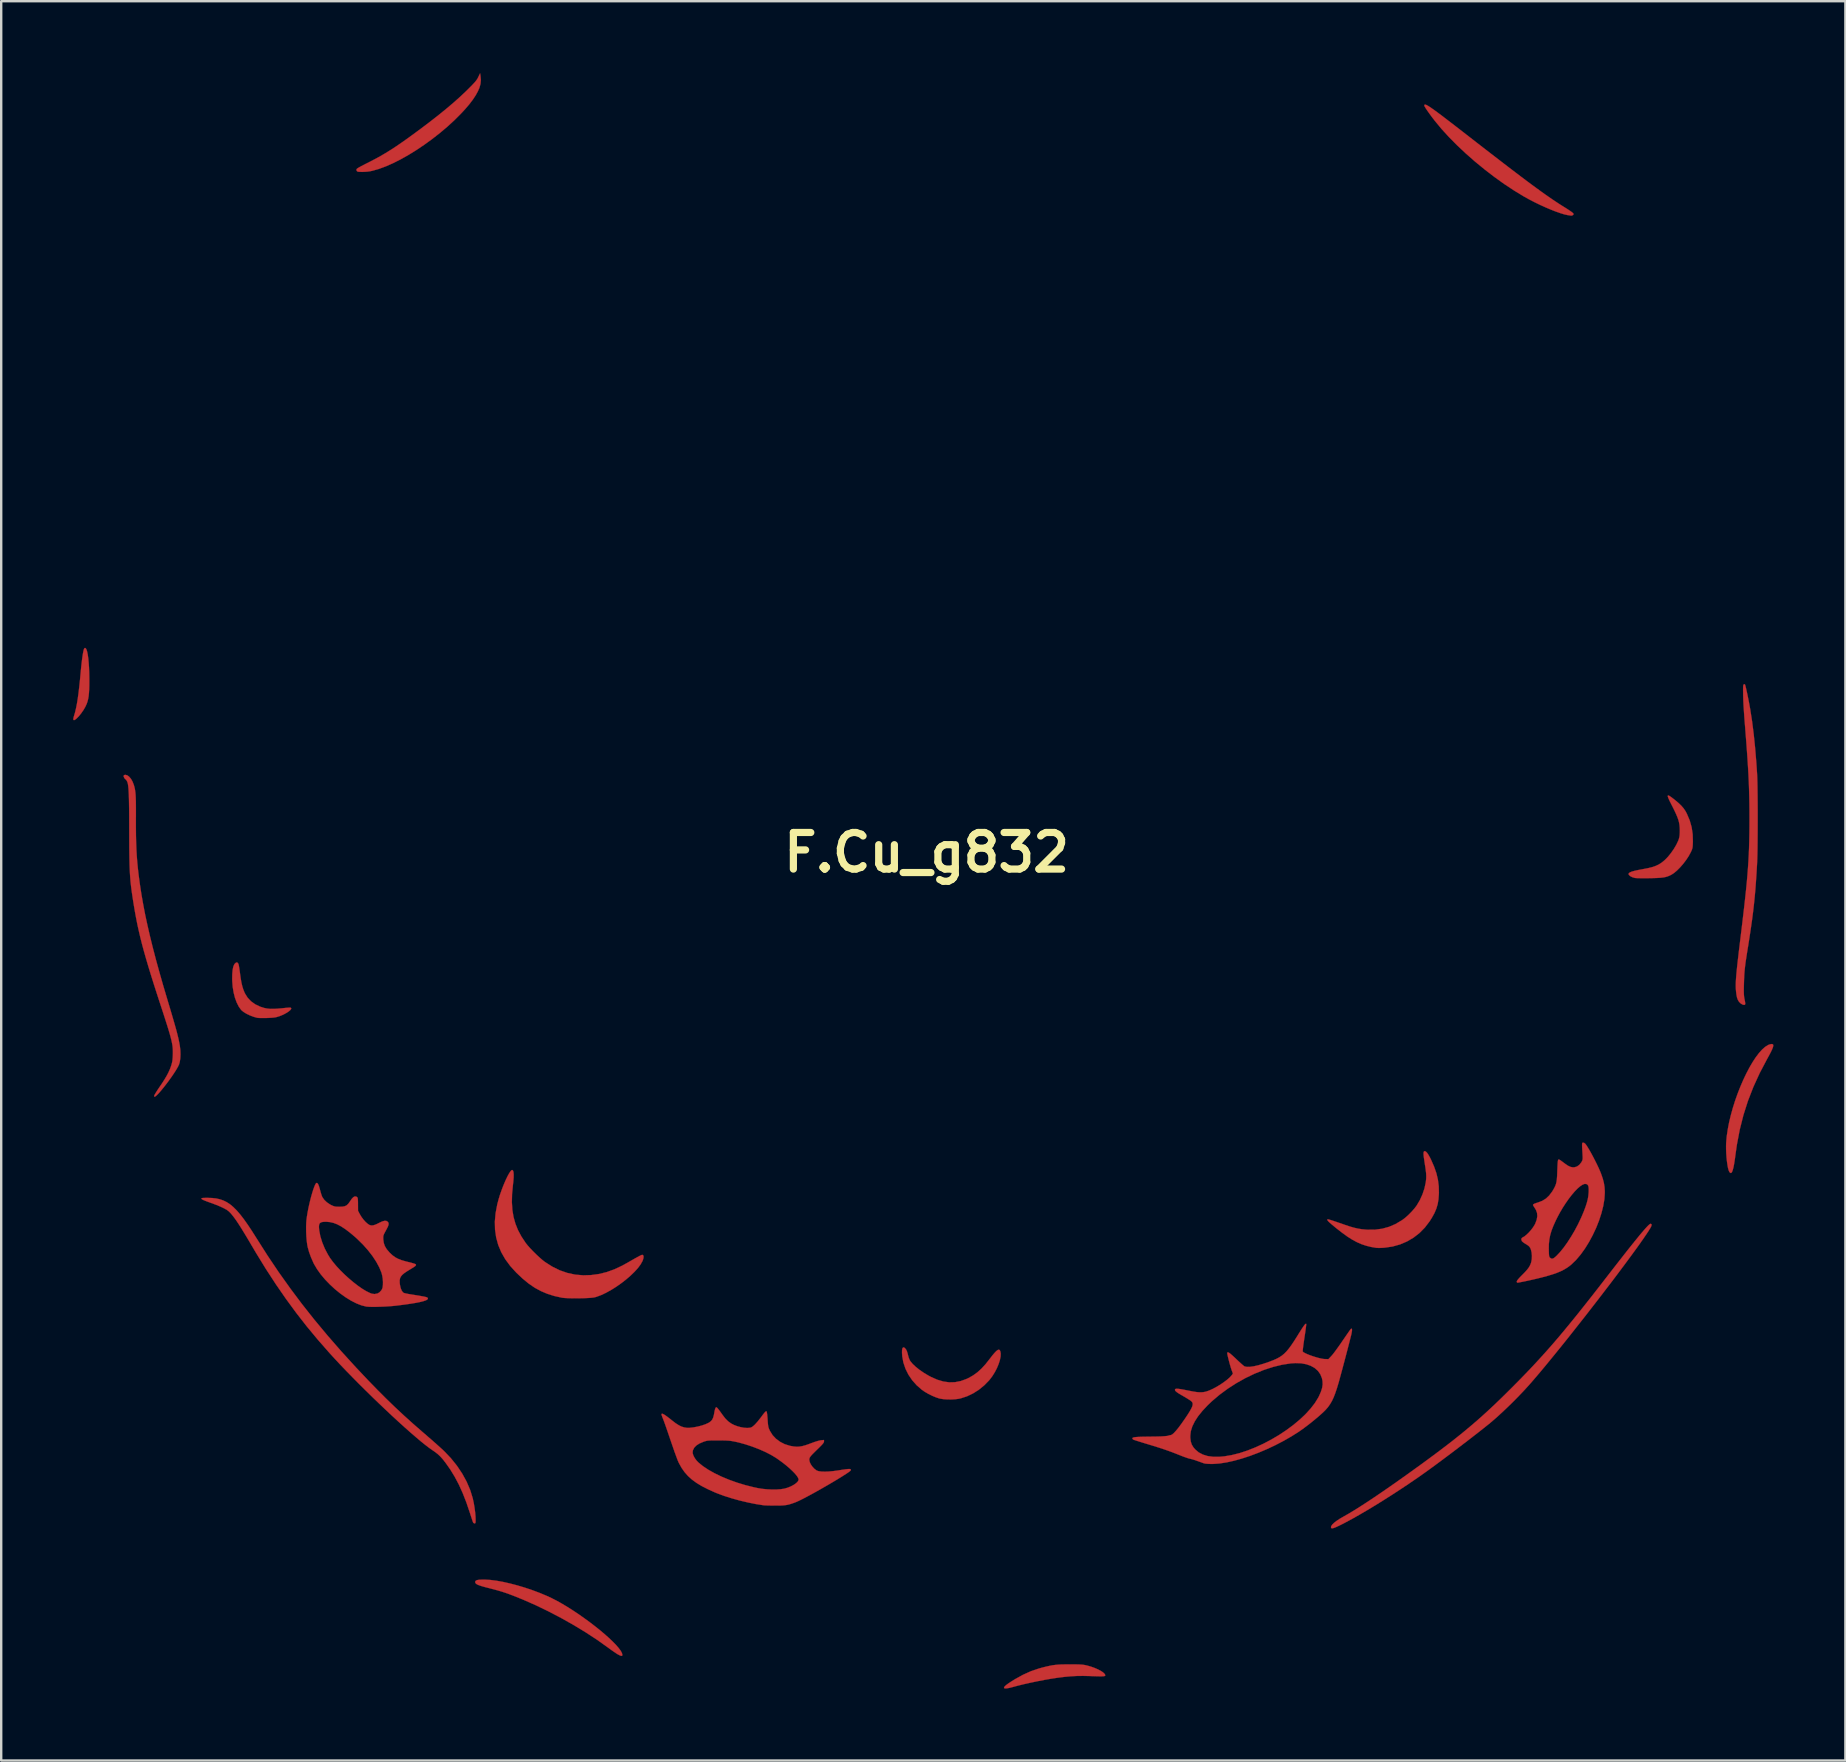
<source format=kicad_pcb>
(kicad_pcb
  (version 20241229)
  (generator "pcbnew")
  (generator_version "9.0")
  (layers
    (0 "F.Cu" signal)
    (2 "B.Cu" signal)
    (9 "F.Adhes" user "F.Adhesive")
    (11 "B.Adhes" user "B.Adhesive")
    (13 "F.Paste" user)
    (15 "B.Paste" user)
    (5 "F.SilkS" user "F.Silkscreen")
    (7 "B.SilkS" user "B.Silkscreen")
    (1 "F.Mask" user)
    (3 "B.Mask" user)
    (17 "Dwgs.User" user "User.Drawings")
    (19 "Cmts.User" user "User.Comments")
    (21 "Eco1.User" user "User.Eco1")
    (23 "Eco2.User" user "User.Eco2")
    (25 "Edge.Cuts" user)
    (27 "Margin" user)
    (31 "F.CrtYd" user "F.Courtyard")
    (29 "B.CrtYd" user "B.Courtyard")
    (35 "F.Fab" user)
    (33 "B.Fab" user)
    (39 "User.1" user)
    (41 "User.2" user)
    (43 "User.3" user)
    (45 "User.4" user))
  (footprint "F.Cu_g832"
    (layer "F.Cu")
    (at 35.568 32.481)
    (property "Reference" "F.Cu_g832" (at 0 0 0) (layer "F.SilkS") (effects (font (size 1.524 1.524) (thickness 0.3))))
    (attr through_hole)
    (fp_poly (pts (xy -35.05 -8.516) (xy -35.041 -8.507) (xy -35.012 -8.456) (xy -34.985 -8.367) (xy -34.96 -8.243) (xy -34.939 -8.089) (xy -34.922 -7.909) (xy -34.908 -7.706) (xy -34.9 -7.484) (xy -34.896 -7.248) (xy -34.896 -7.197) (xy -34.897 -6.979) (xy -34.902 -6.797) (xy -34.911 -6.645) (xy -34.924 -6.517) (xy -34.943 -6.406) (xy -34.967 -6.307) (xy -34.998 -6.213) (xy -35 -6.207) (xy -35.059 -6.077) (xy -35.138 -5.94) (xy -35.231 -5.806) (xy -35.329 -5.684) (xy -35.425 -5.586) (xy -35.477 -5.545) (xy -35.521 -5.519) (xy -35.548 -5.522) (xy -35.556 -5.53) (xy -35.563 -5.562) (xy -35.553 -5.624) (xy -35.527 -5.715) (xy -35.486 -5.855) (xy -35.449 -6.014) (xy -35.413 -6.195) (xy -35.379 -6.402) (xy -35.347 -6.638) (xy -35.315 -6.906) (xy -35.283 -7.21) (xy -35.253 -7.535) (xy -35.232 -7.748) (xy -35.211 -7.942) (xy -35.189 -8.114) (xy -35.167 -8.26) (xy -35.146 -8.376) (xy -35.126 -8.458) (xy -35.109 -8.503) (xy -35.105 -8.507) (xy -35.076 -8.528) (xy -35.05 -8.516)) (stroke (width 0.01) (type solid)) (fill yes) (layer "F.Cu"))
    (fp_poly (pts (xy 35.254 7.985) (xy 35.281 8.006) (xy 35.288 8.05) (xy 35.273 8.118) (xy 35.236 8.212) (xy 35.176 8.336) (xy 35.093 8.492) (xy 35.031 8.604) (xy 34.724 9.187) (xy 34.458 9.768) (xy 34.231 10.354) (xy 34.042 10.948) (xy 33.889 11.555) (xy 33.771 12.178) (xy 33.718 12.549) (xy 33.687 12.779) (xy 33.658 12.968) (xy 33.629 13.118) (xy 33.6 13.23) (xy 33.571 13.307) (xy 33.541 13.349) (xy 33.51 13.358) (xy 33.477 13.336) (xy 33.454 13.306) (xy 33.427 13.244) (xy 33.401 13.147) (xy 33.378 13.022) (xy 33.357 12.875) (xy 33.34 12.715) (xy 33.328 12.547) (xy 33.321 12.38) (xy 33.32 12.22) (xy 33.324 12.097) (xy 33.348 11.825) (xy 33.39 11.541) (xy 33.446 11.248) (xy 33.518 10.948) (xy 33.601 10.647) (xy 33.696 10.346) (xy 33.801 10.049) (xy 33.915 9.76) (xy 34.035 9.481) (xy 34.161 9.216) (xy 34.29 8.968) (xy 34.423 8.741) (xy 34.556 8.537) (xy 34.69 8.36) (xy 34.821 8.213) (xy 34.949 8.1) (xy 35.073 8.023) (xy 35.137 7.998) (xy 35.205 7.983) (xy 35.254 7.985)) (stroke (width 0.01) (type solid)) (fill yes) (layer "F.Cu"))
    (fp_poly (pts (xy 6.137 33.837) (xy 6.27 33.838) (xy 6.374 33.841) (xy 6.458 33.846) (xy 6.528 33.853) (xy 6.592 33.863) (xy 6.657 33.877) (xy 6.683 33.883) (xy 6.841 33.927) (xy 6.994 33.981) (xy 7.134 34.041) (xy 7.255 34.104) (xy 7.351 34.166) (xy 7.415 34.226) (xy 7.43 34.248) (xy 7.443 34.275) (xy 7.447 34.296) (xy 7.439 34.312) (xy 7.413 34.324) (xy 7.368 34.331) (xy 7.298 34.334) (xy 7.2 34.334) (xy 7.069 34.331) (xy 6.902 34.326) (xy 6.795 34.322) (xy 6.519 34.316) (xy 6.262 34.319) (xy 6.009 34.333) (xy 5.744 34.357) (xy 5.454 34.394) (xy 5.437 34.396) (xy 5.185 34.435) (xy 4.908 34.483) (xy 4.619 34.539) (xy 4.328 34.6) (xy 4.047 34.663) (xy 3.788 34.727) (xy 3.611 34.775) (xy 3.461 34.814) (xy 3.347 34.835) (xy 3.271 34.839) (xy 3.232 34.825) (xy 3.23 34.823) (xy 3.229 34.793) (xy 3.258 34.751) (xy 3.317 34.697) (xy 3.41 34.629) (xy 3.538 34.545) (xy 3.691 34.45) (xy 4.02 34.269) (xy 4.346 34.122) (xy 4.681 34.008) (xy 4.844 33.963) (xy 5.003 33.924) (xy 5.139 33.894) (xy 5.263 33.871) (xy 5.384 33.856) (xy 5.511 33.845) (xy 5.654 33.839) (xy 5.823 33.837) (xy 5.969 33.836) (xy 6.137 33.837)) (stroke (width 0.01) (type solid)) (fill yes) (layer "F.Cu"))
    (fp_poly (pts (xy -18.592 -32.372) (xy -18.577 -32.198) (xy -18.592 -32.033) (xy -18.639 -31.866) (xy -18.703 -31.722) (xy -18.797 -31.552) (xy -18.913 -31.377) (xy -19.053 -31.193) (xy -19.221 -30.995) (xy -19.411 -30.79) (xy -19.686 -30.515) (xy -19.98 -30.246) (xy -20.289 -29.985) (xy -20.609 -29.735) (xy -20.936 -29.498) (xy -21.266 -29.276) (xy -21.595 -29.073) (xy -21.92 -28.89) (xy -22.237 -28.73) (xy -22.541 -28.596) (xy -22.829 -28.49) (xy -23.097 -28.414) (xy -23.191 -28.394) (xy -23.285 -28.38) (xy -23.393 -28.371) (xy -23.505 -28.366) (xy -23.606 -28.367) (xy -23.684 -28.373) (xy -23.71 -28.378) (xy -23.75 -28.407) (xy -23.763 -28.455) (xy -23.758 -28.475) (xy -23.749 -28.49) (xy -23.729 -28.508) (xy -23.694 -28.531) (xy -23.641 -28.563) (xy -23.565 -28.604) (xy -23.463 -28.657) (xy -23.331 -28.725) (xy -23.177 -28.803) (xy -22.966 -28.913) (xy -22.757 -29.028) (xy -22.546 -29.152) (xy -22.328 -29.287) (xy -22.1 -29.436) (xy -21.857 -29.603) (xy -21.594 -29.789) (xy -21.306 -29.999) (xy -21.071 -30.173) (xy -20.683 -30.467) (xy -20.329 -30.744) (xy -20.007 -31.006) (xy -19.713 -31.255) (xy -19.444 -31.495) (xy -19.199 -31.726) (xy -19.101 -31.823) (xy -18.986 -31.938) (xy -18.898 -32.03) (xy -18.83 -32.103) (xy -18.78 -32.164) (xy -18.741 -32.218) (xy -18.709 -32.271) (xy -18.685 -32.319) (xy -18.609 -32.476) (xy -18.592 -32.372)) (stroke (width 0.01) (type solid)) (fill yes) (layer "F.Cu"))
    (fp_poly (pts (xy -18.404 30.304) (xy -18.182 30.317) (xy -17.929 30.349) (xy -17.652 30.399) (xy -17.357 30.466) (xy -17.051 30.546) (xy -16.741 30.639) (xy -16.431 30.743) (xy -16.13 30.856) (xy -15.842 30.976) (xy -15.632 31.073) (xy -15.417 31.183) (xy -15.194 31.308) (xy -14.964 31.446) (xy -14.731 31.594) (xy -14.497 31.75) (xy -14.266 31.913) (xy -14.039 32.079) (xy -13.821 32.246) (xy -13.613 32.412) (xy -13.419 32.576) (xy -13.241 32.734) (xy -13.083 32.884) (xy -12.946 33.024) (xy -12.835 33.152) (xy -12.751 33.265) (xy -12.698 33.362) (xy -12.679 33.439) (xy -12.679 33.442) (xy -12.689 33.476) (xy -12.722 33.483) (xy -12.78 33.464) (xy -12.867 33.419) (xy -12.886 33.408) (xy -12.95 33.367) (xy -13.038 33.307) (xy -13.141 33.235) (xy -13.246 33.159) (xy -13.287 33.129) (xy -13.729 32.814) (xy -14.204 32.503) (xy -14.707 32.198) (xy -15.227 31.905) (xy -15.758 31.627) (xy -16.292 31.369) (xy -16.821 31.136) (xy -17.195 30.985) (xy -17.389 30.911) (xy -17.562 30.85) (xy -17.728 30.796) (xy -17.9 30.746) (xy -18.091 30.695) (xy -18.235 30.658) (xy -18.411 30.613) (xy -18.55 30.573) (xy -18.654 30.538) (xy -18.729 30.506) (xy -18.778 30.474) (xy -18.805 30.441) (xy -18.813 30.414) (xy -18.808 30.373) (xy -18.781 30.343) (xy -18.727 30.322) (xy -18.642 30.309) (xy -18.522 30.304) (xy -18.404 30.304)) (stroke (width 0.01) (type solid)) (fill yes) (layer "F.Cu"))
    (fp_poly (pts (xy -28.693 4.621) (xy -28.679 4.651) (xy -28.668 4.692) (xy -28.654 4.766) (xy -28.639 4.865) (xy -28.623 4.978) (xy -28.615 5.038) (xy -28.586 5.246) (xy -28.556 5.42) (xy -28.522 5.567) (xy -28.482 5.696) (xy -28.435 5.815) (xy -28.406 5.877) (xy -28.297 6.051) (xy -28.154 6.202) (xy -27.98 6.327) (xy -27.777 6.424) (xy -27.606 6.478) (xy -27.495 6.501) (xy -27.375 6.514) (xy -27.239 6.517) (xy -27.079 6.51) (xy -26.887 6.494) (xy -26.827 6.487) (xy -26.718 6.476) (xy -26.624 6.468) (xy -26.552 6.464) (xy -26.512 6.464) (xy -26.507 6.465) (xy -26.48 6.49) (xy -26.488 6.527) (xy -26.525 6.572) (xy -26.587 6.624) (xy -26.668 6.678) (xy -26.764 6.731) (xy -26.869 6.781) (xy -26.979 6.824) (xy -27.089 6.857) (xy -27.143 6.869) (xy -27.221 6.88) (xy -27.325 6.888) (xy -27.446 6.894) (xy -27.572 6.898) (xy -27.693 6.898) (xy -27.799 6.896) (xy -27.879 6.891) (xy -27.908 6.886) (xy -28.056 6.844) (xy -28.205 6.787) (xy -28.344 6.72) (xy -28.464 6.647) (xy -28.554 6.574) (xy -28.568 6.559) (xy -28.666 6.424) (xy -28.752 6.254) (xy -28.825 6.055) (xy -28.881 5.835) (xy -28.92 5.598) (xy -28.939 5.352) (xy -28.941 5.26) (xy -28.937 5.056) (xy -28.922 4.89) (xy -28.896 4.762) (xy -28.858 4.669) (xy -28.829 4.629) (xy -28.776 4.585) (xy -28.73 4.582) (xy -28.693 4.621)) (stroke (width 0.01) (type solid)) (fill yes) (layer "F.Cu"))
    (fp_poly (pts (xy -0.94 20.628) (xy -0.907 20.651) (xy -0.859 20.706) (xy -0.821 20.781) (xy -0.789 20.883) (xy -0.772 20.956) (xy -0.74 21.068) (xy -0.697 21.166) (xy -0.679 21.196) (xy -0.584 21.311) (xy -0.455 21.433) (xy -0.299 21.558) (xy -0.12 21.681) (xy 0.073 21.797) (xy 0.182 21.855) (xy 0.443 21.971) (xy 0.696 22.046) (xy 0.941 22.081) (xy 1.183 22.075) (xy 1.422 22.028) (xy 1.662 21.941) (xy 1.746 21.902) (xy 1.936 21.794) (xy 2.114 21.666) (xy 2.284 21.513) (xy 2.454 21.328) (xy 2.624 21.113) (xy 2.736 20.967) (xy 2.829 20.857) (xy 2.904 20.779) (xy 2.963 20.734) (xy 3.009 20.719) (xy 3.044 20.734) (xy 3.069 20.776) (xy 3.07 20.776) (xy 3.09 20.88) (xy 3.084 21.009) (xy 3.054 21.157) (xy 3.002 21.319) (xy 2.932 21.487) (xy 2.844 21.656) (xy 2.743 21.819) (xy 2.628 21.971) (xy 2.602 22.003) (xy 2.4 22.209) (xy 2.176 22.391) (xy 1.936 22.543) (xy 1.685 22.663) (xy 1.432 22.746) (xy 1.338 22.767) (xy 1.193 22.786) (xy 1.029 22.795) (xy 0.859 22.793) (xy 0.697 22.782) (xy 0.56 22.76) (xy 0.529 22.753) (xy 0.393 22.708) (xy 0.239 22.644) (xy 0.081 22.566) (xy -0.067 22.481) (xy -0.191 22.397) (xy -0.192 22.396) (xy -0.41 22.207) (xy -0.6 21.993) (xy -0.758 21.76) (xy -0.881 21.512) (xy -0.968 21.254) (xy -1.015 20.996) (xy -1.025 20.849) (xy -1.023 20.738) (xy -1.007 20.663) (xy -0.979 20.626) (xy -0.94 20.628)) (stroke (width 0.01) (type solid)) (fill yes) (layer "F.Cu"))
    (fp_poly (pts (xy 20.803 -31.167) (xy 20.843 -31.15) (xy 20.898 -31.12) (xy 20.969 -31.075) (xy 21.057 -31.015) (xy 21.165 -30.939) (xy 21.294 -30.844) (xy 21.446 -30.731) (xy 21.623 -30.596) (xy 21.826 -30.44) (xy 22.058 -30.262) (xy 22.32 -30.059) (xy 22.51 -29.911) (xy 22.921 -29.592) (xy 23.299 -29.299) (xy 23.649 -29.029) (xy 23.971 -28.781) (xy 24.267 -28.554) (xy 24.539 -28.347) (xy 24.789 -28.157) (xy 25.018 -27.985) (xy 25.229 -27.828) (xy 25.424 -27.685) (xy 25.604 -27.554) (xy 25.771 -27.435) (xy 25.927 -27.326) (xy 26.073 -27.225) (xy 26.213 -27.132) (xy 26.346 -27.044) (xy 26.476 -26.961) (xy 26.554 -26.913) (xy 26.697 -26.823) (xy 26.806 -26.751) (xy 26.885 -26.695) (xy 26.936 -26.654) (xy 26.961 -26.624) (xy 26.966 -26.61) (xy 26.948 -26.575) (xy 26.906 -26.551) (xy 26.872 -26.545) (xy 26.827 -26.55) (xy 26.759 -26.56) (xy 26.714 -26.567) (xy 26.578 -26.597) (xy 26.412 -26.648) (xy 26.221 -26.715) (xy 26.012 -26.797) (xy 25.791 -26.891) (xy 25.563 -26.995) (xy 25.335 -27.106) (xy 25.112 -27.221) (xy 24.901 -27.338) (xy 24.491 -27.587) (xy 24.076 -27.861) (xy 23.663 -28.157) (xy 23.255 -28.471) (xy 22.856 -28.798) (xy 22.473 -29.135) (xy 22.109 -29.477) (xy 21.769 -29.821) (xy 21.458 -30.162) (xy 21.181 -30.497) (xy 21.064 -30.649) (xy 20.96 -30.791) (xy 20.874 -30.912) (xy 20.808 -31.01) (xy 20.764 -31.082) (xy 20.744 -31.124) (xy 20.743 -31.13) (xy 20.746 -31.153) (xy 20.756 -31.167) (xy 20.774 -31.172) (xy 20.803 -31.167)) (stroke (width 0.01) (type solid)) (fill yes) (layer "F.Cu"))
    (fp_poly (pts (xy 30.964 -2.357) (xy 31.04 -2.305) (xy 31.145 -2.225) (xy 31.192 -2.187) (xy 31.342 -2.061) (xy 31.461 -1.946) (xy 31.555 -1.835) (xy 31.632 -1.72) (xy 31.682 -1.626) (xy 31.803 -1.343) (xy 31.884 -1.061) (xy 31.928 -0.77) (xy 31.937 -0.463) (xy 31.937 -0.454) (xy 31.933 -0.341) (xy 31.928 -0.258) (xy 31.92 -0.195) (xy 31.905 -0.141) (xy 31.882 -0.083) (xy 31.849 -0.012) (xy 31.843 0.001) (xy 31.757 0.157) (xy 31.651 0.317) (xy 31.53 0.475) (xy 31.402 0.622) (xy 31.272 0.752) (xy 31.146 0.857) (xy 31.039 0.926) (xy 30.961 0.964) (xy 30.885 0.995) (xy 30.805 1.019) (xy 30.714 1.037) (xy 30.607 1.05) (xy 30.476 1.059) (xy 30.316 1.065) (xy 30.12 1.069) (xy 29.971 1.071) (xy 29.83 1.071) (xy 29.706 1.069) (xy 29.605 1.066) (xy 29.535 1.062) (xy 29.51 1.058) (xy 29.411 1.028) (xy 29.327 0.984) (xy 29.271 0.933) (xy 29.265 0.925) (xy 29.256 0.889) (xy 29.274 0.855) (xy 29.323 0.823) (xy 29.404 0.791) (xy 29.521 0.759) (xy 29.675 0.726) (xy 29.868 0.69) (xy 29.869 0.69) (xy 30.075 0.65) (xy 30.247 0.607) (xy 30.392 0.556) (xy 30.519 0.496) (xy 30.634 0.422) (xy 30.745 0.332) (xy 30.775 0.305) (xy 30.903 0.173) (xy 31.028 0.017) (xy 31.145 -0.151) (xy 31.245 -0.321) (xy 31.322 -0.482) (xy 31.347 -0.547) (xy 31.37 -0.629) (xy 31.384 -0.715) (xy 31.391 -0.82) (xy 31.392 -0.91) (xy 31.389 -1.029) (xy 31.38 -1.139) (xy 31.362 -1.245) (xy 31.334 -1.354) (xy 31.292 -1.472) (xy 31.236 -1.606) (xy 31.163 -1.762) (xy 31.071 -1.946) (xy 31.041 -2.004) (xy 30.969 -2.147) (xy 30.92 -2.255) (xy 30.893 -2.329) (xy 30.891 -2.37) (xy 30.915 -2.379) (xy 30.964 -2.357)) (stroke (width 0.01) (type solid)) (fill yes) (layer "F.Cu"))
    (fp_poly (pts (xy 20.808 12.464) (xy 20.861 12.517) (xy 20.922 12.608) (xy 20.993 12.738) (xy 21.031 12.816) (xy 21.156 13.102) (xy 21.249 13.373) (xy 21.311 13.636) (xy 21.345 13.901) (xy 21.352 14.176) (xy 21.35 14.235) (xy 21.334 14.454) (xy 21.301 14.652) (xy 21.246 14.839) (xy 21.168 15.024) (xy 21.061 15.218) (xy 20.964 15.372) (xy 20.767 15.63) (xy 20.543 15.857) (xy 20.295 16.05) (xy 20.024 16.209) (xy 19.733 16.333) (xy 19.423 16.42) (xy 19.099 16.468) (xy 18.997 16.475) (xy 18.903 16.479) (xy 18.819 16.479) (xy 18.757 16.477) (xy 18.743 16.476) (xy 18.527 16.439) (xy 18.324 16.389) (xy 18.129 16.324) (xy 17.937 16.24) (xy 17.742 16.135) (xy 17.539 16.007) (xy 17.323 15.851) (xy 17.087 15.667) (xy 16.999 15.595) (xy 16.885 15.5) (xy 16.802 15.428) (xy 16.746 15.374) (xy 16.713 15.336) (xy 16.701 15.31) (xy 16.705 15.292) (xy 16.707 15.29) (xy 16.718 15.286) (xy 16.742 15.289) (xy 16.783 15.299) (xy 16.843 15.317) (xy 16.928 15.344) (xy 17.04 15.382) (xy 17.184 15.431) (xy 17.363 15.493) (xy 17.42 15.513) (xy 17.629 15.583) (xy 17.811 15.636) (xy 17.978 15.674) (xy 18.14 15.7) (xy 18.308 15.716) (xy 18.385 15.72) (xy 18.697 15.717) (xy 18.991 15.678) (xy 19.272 15.6) (xy 19.544 15.483) (xy 19.811 15.325) (xy 19.845 15.301) (xy 19.964 15.209) (xy 20.093 15.092) (xy 20.221 14.962) (xy 20.336 14.83) (xy 20.423 14.715) (xy 20.556 14.491) (xy 20.667 14.246) (xy 20.751 13.993) (xy 20.805 13.743) (xy 20.821 13.6) (xy 20.824 13.523) (xy 20.823 13.445) (xy 20.818 13.359) (xy 20.806 13.256) (xy 20.788 13.126) (xy 20.765 12.98) (xy 20.74 12.814) (xy 20.722 12.685) (xy 20.713 12.589) (xy 20.712 12.521) (xy 20.719 12.478) (xy 20.735 12.454) (xy 20.758 12.446) (xy 20.763 12.446) (xy 20.808 12.464)) (stroke (width 0.01) (type solid)) (fill yes) (layer "F.Cu"))
    (fp_poly (pts (xy -17.241 13.249) (xy -17.219 13.31) (xy -17.209 13.41) (xy -17.211 13.551) (xy -17.226 13.73) (xy -17.24 13.854) (xy -17.276 14.226) (xy -17.284 14.569) (xy -17.265 14.887) (xy -17.216 15.185) (xy -17.137 15.468) (xy -17.028 15.74) (xy -16.886 16.005) (xy -16.711 16.269) (xy -16.705 16.277) (xy -16.625 16.377) (xy -16.521 16.494) (xy -16.399 16.621) (xy -16.269 16.75) (xy -16.139 16.871) (xy -16.018 16.977) (xy -15.913 17.059) (xy -15.904 17.066) (xy -15.599 17.26) (xy -15.289 17.412) (xy -14.972 17.522) (xy -14.647 17.592) (xy -14.312 17.621) (xy -13.985 17.611) (xy -13.655 17.566) (xy -13.33 17.486) (xy -13.007 17.369) (xy -12.68 17.215) (xy -12.531 17.132) (xy -12.356 17.033) (xy -12.215 16.952) (xy -12.103 16.889) (xy -12.016 16.842) (xy -11.952 16.808) (xy -11.905 16.785) (xy -11.873 16.772) (xy -11.852 16.767) (xy -11.839 16.768) (xy -11.806 16.793) (xy -11.795 16.848) (xy -11.806 16.926) (xy -11.838 17.021) (xy -11.841 17.026) (xy -11.919 17.166) (xy -12.031 17.317) (xy -12.173 17.474) (xy -12.34 17.635) (xy -12.525 17.795) (xy -12.725 17.95) (xy -12.934 18.097) (xy -13.147 18.231) (xy -13.359 18.348) (xy -13.565 18.445) (xy -13.759 18.517) (xy -13.813 18.533) (xy -13.884 18.547) (xy -13.989 18.558) (xy -14.122 18.567) (xy -14.274 18.573) (xy -14.437 18.577) (xy -14.605 18.579) (xy -14.768 18.578) (xy -14.921 18.574) (xy -15.054 18.568) (xy -15.16 18.559) (xy -15.208 18.551) (xy -15.519 18.482) (xy -15.806 18.392) (xy -16.074 18.278) (xy -16.331 18.138) (xy -16.582 17.967) (xy -16.832 17.762) (xy -17.089 17.52) (xy -17.103 17.506) (xy -17.351 17.233) (xy -17.559 16.951) (xy -17.726 16.66) (xy -17.853 16.358) (xy -17.939 16.045) (xy -17.986 15.72) (xy -17.994 15.38) (xy -17.962 15.027) (xy -17.892 14.657) (xy -17.835 14.443) (xy -17.783 14.272) (xy -17.723 14.1) (xy -17.66 13.931) (xy -17.594 13.77) (xy -17.528 13.621) (xy -17.464 13.489) (xy -17.404 13.38) (xy -17.351 13.297) (xy -17.306 13.245) (xy -17.275 13.229) (xy -17.241 13.249)) (stroke (width 0.01) (type solid)) (fill yes) (layer "F.Cu"))
    (fp_poly (pts (xy -29.778 14.399) (xy -29.613 14.417) (xy -29.459 14.451) (xy -29.312 14.501) (xy -29.171 14.57) (xy -29.033 14.66) (xy -28.896 14.774) (xy -28.756 14.913) (xy -28.611 15.08) (xy -28.459 15.277) (xy -28.297 15.505) (xy -28.123 15.767) (xy -27.934 16.065) (xy -27.907 16.108) (xy -27.463 16.806) (xy -27.005 17.487) (xy -26.529 18.156) (xy -26.034 18.817) (xy -25.515 19.473) (xy -24.969 20.129) (xy -24.393 20.79) (xy -23.784 21.458) (xy -23.26 22.013) (xy -22.881 22.403) (xy -22.517 22.767) (xy -22.158 23.114) (xy -21.794 23.454) (xy -21.416 23.795) (xy -21.014 24.146) (xy -20.915 24.231) (xy -20.77 24.357) (xy -20.624 24.483) (xy -20.485 24.606) (xy -20.356 24.721) (xy -20.245 24.821) (xy -20.157 24.902) (xy -20.114 24.942) (xy -19.828 25.241) (xy -19.574 25.557) (xy -19.354 25.886) (xy -19.169 26.224) (xy -19.022 26.568) (xy -18.915 26.915) (xy -18.912 26.929) (xy -18.873 27.111) (xy -18.84 27.306) (xy -18.815 27.499) (xy -18.8 27.676) (xy -18.796 27.793) (xy -18.797 27.877) (xy -18.801 27.927) (xy -18.811 27.952) (xy -18.828 27.961) (xy -18.838 27.961) (xy -18.882 27.944) (xy -18.899 27.924) (xy -18.911 27.893) (xy -18.934 27.828) (xy -18.964 27.737) (xy -19 27.627) (xy -19.039 27.506) (xy -19.182 27.085) (xy -19.332 26.701) (xy -19.491 26.348) (xy -19.664 26.021) (xy -19.851 25.714) (xy -20.056 25.423) (xy -20.057 25.422) (xy -20.17 25.279) (xy -20.276 25.162) (xy -20.385 25.062) (xy -20.509 24.967) (xy -20.595 24.909) (xy -20.732 24.813) (xy -20.895 24.688) (xy -21.081 24.538) (xy -21.288 24.363) (xy -21.514 24.168) (xy -21.755 23.954) (xy -22.009 23.724) (xy -22.273 23.481) (xy -22.544 23.226) (xy -22.821 22.963) (xy -23.1 22.694) (xy -23.378 22.421) (xy -23.654 22.148) (xy -23.923 21.875) (xy -24.185 21.607) (xy -24.436 21.345) (xy -24.673 21.091) (xy -24.884 20.86) (xy -25.368 20.308) (xy -25.83 19.752) (xy -26.273 19.184) (xy -26.702 18.599) (xy -27.121 17.992) (xy -27.535 17.357) (xy -27.946 16.688) (xy -28.151 16.341) (xy -28.309 16.073) (xy -28.45 15.839) (xy -28.574 15.638) (xy -28.685 15.465) (xy -28.783 15.319) (xy -28.872 15.197) (xy -28.952 15.095) (xy -29.026 15.011) (xy -29.076 14.961) (xy -29.157 14.898) (xy -29.279 14.829) (xy -29.44 14.753) (xy -29.642 14.671) (xy -29.876 14.585) (xy -30.015 14.534) (xy -30.116 14.494) (xy -30.182 14.463) (xy -30.216 14.439) (xy -30.222 14.429) (xy -30.221 14.414) (xy -30.207 14.404) (xy -30.174 14.398) (xy -30.115 14.395) (xy -30.024 14.393) (xy -29.956 14.393) (xy -29.778 14.399)) (stroke (width 0.01) (type solid)) (fill yes) (layer "F.Cu"))
    (fp_poly (pts (xy 30.21 15.488) (xy 30.216 15.531) (xy 30.193 15.597) (xy 30.172 15.637) (xy 30.097 15.759) (xy 29.997 15.911) (xy 29.874 16.091) (xy 29.73 16.297) (xy 29.566 16.526) (xy 29.384 16.775) (xy 29.187 17.043) (xy 28.976 17.326) (xy 28.754 17.623) (xy 28.521 17.931) (xy 28.279 18.247) (xy 28.032 18.57) (xy 27.779 18.896) (xy 27.525 19.224) (xy 27.269 19.55) (xy 27.014 19.874) (xy 26.763 20.191) (xy 26.516 20.5) (xy 26.275 20.798) (xy 26.043 21.083) (xy 25.822 21.352) (xy 25.613 21.604) (xy 25.418 21.835) (xy 25.239 22.043) (xy 25.127 22.171) (xy 24.913 22.407) (xy 24.68 22.652) (xy 24.437 22.899) (xy 24.189 23.141) (xy 23.945 23.371) (xy 23.712 23.582) (xy 23.506 23.759) (xy 23.378 23.863) (xy 23.22 23.989) (xy 23.038 24.133) (xy 22.835 24.291) (xy 22.616 24.461) (xy 22.385 24.638) (xy 22.148 24.819) (xy 21.909 25) (xy 21.671 25.179) (xy 21.441 25.351) (xy 21.222 25.513) (xy 21.019 25.662) (xy 20.836 25.795) (xy 20.796 25.823) (xy 20.468 26.055) (xy 20.125 26.289) (xy 19.773 26.524) (xy 19.416 26.757) (xy 19.06 26.983) (xy 18.71 27.201) (xy 18.37 27.406) (xy 18.045 27.596) (xy 17.741 27.768) (xy 17.463 27.918) (xy 17.317 27.994) (xy 17.172 28.065) (xy 17.06 28.117) (xy 16.977 28.149) (xy 16.919 28.165) (xy 16.881 28.164) (xy 16.86 28.149) (xy 16.856 28.141) (xy 16.858 28.087) (xy 16.898 28.021) (xy 16.974 27.944) (xy 17.084 27.858) (xy 17.227 27.763) (xy 17.399 27.664) (xy 17.586 27.558) (xy 17.805 27.426) (xy 18.053 27.271) (xy 18.328 27.093) (xy 18.628 26.894) (xy 18.952 26.674) (xy 19.298 26.436) (xy 19.663 26.18) (xy 20.046 25.908) (xy 20.446 25.62) (xy 20.585 25.52) (xy 20.994 25.22) (xy 21.372 24.938) (xy 21.723 24.671) (xy 22.051 24.415) (xy 22.361 24.165) (xy 22.658 23.918) (xy 22.946 23.671) (xy 23.23 23.418) (xy 23.514 23.157) (xy 23.802 22.884) (xy 24.1 22.594) (xy 24.395 22.301) (xy 24.663 22.031) (xy 24.918 21.769) (xy 25.165 21.512) (xy 25.404 21.256) (xy 25.639 21) (xy 25.873 20.739) (xy 26.109 20.47) (xy 26.348 20.191) (xy 26.593 19.898) (xy 26.848 19.588) (xy 27.115 19.259) (xy 27.396 18.906) (xy 27.695 18.528) (xy 28.013 18.12) (xy 28.268 17.791) (xy 28.539 17.441) (xy 28.785 17.125) (xy 29.008 16.84) (xy 29.208 16.585) (xy 29.387 16.36) (xy 29.545 16.164) (xy 29.683 15.994) (xy 29.802 15.85) (xy 29.904 15.732) (xy 29.988 15.637) (xy 30.056 15.565) (xy 30.11 15.514) (xy 30.149 15.484) (xy 30.175 15.473) (xy 30.176 15.473) (xy 30.21 15.488)) (stroke (width 0.01) (type solid)) (fill yes) (layer "F.Cu"))
    (fp_poly (pts (xy 34.105 -7.009) (xy 34.117 -6.981) (xy 34.134 -6.918) (xy 34.157 -6.824) (xy 34.183 -6.706) (xy 34.212 -6.57) (xy 34.242 -6.421) (xy 34.273 -6.266) (xy 34.302 -6.109) (xy 34.329 -5.958) (xy 34.33 -5.948) (xy 34.405 -5.466) (xy 34.471 -4.944) (xy 34.529 -4.38) (xy 34.579 -3.776) (xy 34.612 -3.291) (xy 34.618 -3.165) (xy 34.623 -3.001) (xy 34.628 -2.805) (xy 34.631 -2.582) (xy 34.634 -2.337) (xy 34.636 -2.074) (xy 34.638 -1.799) (xy 34.638 -1.516) (xy 34.638 -1.232) (xy 34.637 -0.95) (xy 34.635 -0.676) (xy 34.633 -0.414) (xy 34.63 -0.17) (xy 34.626 0.05) (xy 34.621 0.243) (xy 34.615 0.404) (xy 34.611 0.487) (xy 34.589 0.862) (xy 34.566 1.209) (xy 34.542 1.534) (xy 34.514 1.845) (xy 34.483 2.15) (xy 34.448 2.456) (xy 34.408 2.772) (xy 34.361 3.103) (xy 34.308 3.458) (xy 34.248 3.845) (xy 34.226 3.979) (xy 34.189 4.21) (xy 34.159 4.405) (xy 34.134 4.572) (xy 34.115 4.718) (xy 34.1 4.849) (xy 34.088 4.972) (xy 34.079 5.094) (xy 34.073 5.222) (xy 34.068 5.362) (xy 34.065 5.461) (xy 34.061 5.627) (xy 34.059 5.759) (xy 34.061 5.862) (xy 34.065 5.945) (xy 34.072 6.015) (xy 34.082 6.079) (xy 34.086 6.1) (xy 34.108 6.206) (xy 34.118 6.276) (xy 34.118 6.319) (xy 34.105 6.341) (xy 34.081 6.349) (xy 34.062 6.35) (xy 34.006 6.335) (xy 33.941 6.298) (xy 33.926 6.287) (xy 33.861 6.222) (xy 33.813 6.145) (xy 33.777 6.047) (xy 33.752 5.921) (xy 33.737 5.8) (xy 33.731 5.731) (xy 33.726 5.661) (xy 33.724 5.588) (xy 33.724 5.509) (xy 33.726 5.42) (xy 33.731 5.32) (xy 33.739 5.206) (xy 33.75 5.073) (xy 33.764 4.921) (xy 33.782 4.746) (xy 33.804 4.545) (xy 33.831 4.315) (xy 33.861 4.054) (xy 33.897 3.758) (xy 33.937 3.426) (xy 33.972 3.143) (xy 34.025 2.697) (xy 34.073 2.288) (xy 34.115 1.912) (xy 34.152 1.563) (xy 34.184 1.238) (xy 34.211 0.932) (xy 34.233 0.64) (xy 34.252 0.357) (xy 34.267 0.079) (xy 34.278 -0.199) (xy 34.286 -0.482) (xy 34.292 -0.773) (xy 34.295 -1.078) (xy 34.296 -1.402) (xy 34.296 -1.429) (xy 34.295 -1.747) (xy 34.292 -2.05) (xy 34.286 -2.344) (xy 34.278 -2.634) (xy 34.268 -2.927) (xy 34.254 -3.227) (xy 34.236 -3.541) (xy 34.215 -3.875) (xy 34.19 -4.234) (xy 34.161 -4.625) (xy 34.131 -5.006) (xy 34.11 -5.279) (xy 34.091 -5.515) (xy 34.076 -5.718) (xy 34.064 -5.894) (xy 34.054 -6.046) (xy 34.046 -6.181) (xy 34.04 -6.302) (xy 34.036 -6.414) (xy 34.033 -6.523) (xy 34.031 -6.632) (xy 34.031 -6.642) (xy 34.029 -6.774) (xy 34.03 -6.87) (xy 34.034 -6.936) (xy 34.04 -6.977) (xy 34.049 -6.999) (xy 34.057 -7.006) (xy 34.092 -7.015) (xy 34.105 -7.009)) (stroke (width 0.01) (type solid)) (fill yes) (layer "F.Cu"))
    (fp_poly (pts (xy -33.315 -3.218) (xy -33.237 -3.162) (xy -33.162 -3.074) (xy -33.096 -2.961) (xy -33.044 -2.828) (xy -33.042 -2.822) (xy -33.02 -2.748) (xy -33.002 -2.674) (xy -32.988 -2.596) (xy -32.976 -2.508) (xy -32.967 -2.406) (xy -32.961 -2.287) (xy -32.956 -2.145) (xy -32.954 -1.976) (xy -32.953 -1.775) (xy -32.953 -1.538) (xy -32.954 -1.429) (xy -32.954 -1.058) (xy -32.951 -0.722) (xy -32.944 -0.414) (xy -32.933 -0.126) (xy -32.917 0.148) (xy -32.896 0.416) (xy -32.869 0.686) (xy -32.836 0.964) (xy -32.797 1.257) (xy -32.785 1.344) (xy -32.723 1.747) (xy -32.651 2.158) (xy -32.57 2.581) (xy -32.476 3.018) (xy -32.371 3.474) (xy -32.253 3.952) (xy -32.122 4.455) (xy -31.976 4.986) (xy -31.815 5.549) (xy -31.637 6.148) (xy -31.635 6.156) (xy -31.546 6.452) (xy -31.469 6.711) (xy -31.403 6.938) (xy -31.346 7.135) (xy -31.297 7.307) (xy -31.256 7.457) (xy -31.222 7.59) (xy -31.193 7.708) (xy -31.169 7.816) (xy -31.149 7.917) (xy -31.131 8.015) (xy -31.124 8.05) (xy -31.102 8.23) (xy -31.096 8.412) (xy -31.104 8.583) (xy -31.127 8.734) (xy -31.157 8.836) (xy -31.198 8.922) (xy -31.262 9.034) (xy -31.345 9.166) (xy -31.442 9.311) (xy -31.55 9.463) (xy -31.663 9.617) (xy -31.778 9.765) (xy -31.889 9.902) (xy -31.993 10.022) (xy -32.021 10.052) (xy -32.096 10.127) (xy -32.148 10.169) (xy -32.18 10.178) (xy -32.194 10.156) (xy -32.194 10.143) (xy -32.183 10.113) (xy -32.151 10.056) (xy -32.103 9.976) (xy -32.042 9.882) (xy -31.986 9.799) (xy -31.856 9.606) (xy -31.75 9.44) (xy -31.665 9.294) (xy -31.596 9.162) (xy -31.541 9.039) (xy -31.496 8.918) (xy -31.495 8.917) (xy -31.463 8.814) (xy -31.441 8.726) (xy -31.428 8.637) (xy -31.419 8.53) (xy -31.416 8.456) (xy -31.413 8.364) (xy -31.413 8.278) (xy -31.416 8.194) (xy -31.423 8.109) (xy -31.435 8.019) (xy -31.453 7.921) (xy -31.477 7.811) (xy -31.508 7.687) (xy -31.548 7.544) (xy -31.597 7.379) (xy -31.656 7.188) (xy -31.726 6.969) (xy -31.807 6.717) (xy -31.901 6.43) (xy -31.928 6.349) (xy -32.074 5.9) (xy -32.207 5.486) (xy -32.327 5.104) (xy -32.435 4.751) (xy -32.532 4.421) (xy -32.62 4.111) (xy -32.699 3.818) (xy -32.77 3.537) (xy -32.834 3.264) (xy -32.893 2.996) (xy -32.946 2.728) (xy -32.996 2.457) (xy -33.043 2.179) (xy -33.089 1.89) (xy -33.126 1.638) (xy -33.146 1.49) (xy -33.163 1.344) (xy -33.179 1.196) (xy -33.191 1.043) (xy -33.202 0.88) (xy -33.211 0.704) (xy -33.218 0.509) (xy -33.223 0.293) (xy -33.227 0.05) (xy -33.23 -0.222) (xy -33.231 -0.529) (xy -33.232 -0.868) (xy -33.233 -1.216) (xy -33.234 -1.523) (xy -33.236 -1.794) (xy -33.24 -2.029) (xy -33.244 -2.232) (xy -33.249 -2.404) (xy -33.256 -2.549) (xy -33.264 -2.669) (xy -33.274 -2.766) (xy -33.285 -2.843) (xy -33.298 -2.902) (xy -33.313 -2.945) (xy -33.317 -2.954) (xy -33.347 -3.008) (xy -33.372 -3.042) (xy -33.382 -3.048) (xy -33.405 -3.064) (xy -33.436 -3.105) (xy -33.443 -3.116) (xy -33.467 -3.177) (xy -33.456 -3.219) (xy -33.41 -3.238) (xy -33.393 -3.238) (xy -33.315 -3.218)) (stroke (width 0.01) (type solid)) (fill yes) (layer "F.Cu"))
    (fp_poly (pts (xy 27.403 12.101) (xy 27.448 12.133) (xy 27.493 12.191) (xy 27.552 12.281) (xy 27.622 12.398) (xy 27.698 12.533) (xy 27.778 12.681) (xy 27.858 12.836) (xy 27.935 12.991) (xy 28.006 13.14) (xy 28.066 13.276) (xy 28.113 13.393) (xy 28.115 13.399) (xy 28.182 13.593) (xy 28.227 13.767) (xy 28.254 13.933) (xy 28.265 14.106) (xy 28.266 14.182) (xy 28.249 14.448) (xy 28.201 14.732) (xy 28.126 15.03) (xy 28.027 15.335) (xy 27.906 15.641) (xy 27.765 15.941) (xy 27.609 16.231) (xy 27.44 16.504) (xy 27.26 16.755) (xy 27.072 16.976) (xy 26.88 17.163) (xy 26.828 17.207) (xy 26.708 17.296) (xy 26.579 17.375) (xy 26.437 17.448) (xy 26.275 17.516) (xy 26.088 17.581) (xy 25.869 17.647) (xy 25.622 17.713) (xy 25.508 17.741) (xy 25.379 17.772) (xy 25.24 17.804) (xy 25.1 17.835) (xy 24.966 17.864) (xy 24.844 17.889) (xy 24.741 17.909) (xy 24.666 17.923) (xy 24.624 17.928) (xy 24.622 17.928) (xy 24.602 17.91) (xy 24.596 17.88) (xy 24.61 17.844) (xy 24.654 17.785) (xy 24.728 17.702) (xy 24.819 17.61) (xy 24.937 17.49) (xy 25.027 17.389) (xy 25.094 17.301) (xy 25.143 17.219) (xy 25.179 17.136) (xy 25.2 17.072) (xy 25.223 16.946) (xy 25.228 16.807) (xy 25.215 16.668) (xy 25.186 16.547) (xy 25.183 16.539) (xy 25.931 16.539) (xy 25.933 16.621) (xy 25.937 16.724) (xy 25.942 16.794) (xy 25.951 16.839) (xy 25.965 16.868) (xy 25.985 16.889) (xy 25.99 16.893) (xy 26.037 16.923) (xy 26.081 16.928) (xy 26.132 16.909) (xy 26.197 16.86) (xy 26.262 16.801) (xy 26.406 16.647) (xy 26.558 16.459) (xy 26.713 16.242) (xy 26.866 16.003) (xy 27.015 15.749) (xy 27.155 15.485) (xy 27.282 15.217) (xy 27.388 14.967) (xy 27.461 14.773) (xy 27.515 14.607) (xy 27.554 14.459) (xy 27.579 14.321) (xy 27.592 14.183) (xy 27.594 14.15) (xy 27.596 14.026) (xy 27.589 13.937) (xy 27.57 13.876) (xy 27.537 13.837) (xy 27.492 13.814) (xy 27.423 13.811) (xy 27.338 13.844) (xy 27.24 13.908) (xy 27.131 14.002) (xy 27.014 14.122) (xy 26.891 14.266) (xy 26.765 14.429) (xy 26.638 14.61) (xy 26.512 14.805) (xy 26.391 15.011) (xy 26.277 15.226) (xy 26.226 15.329) (xy 26.124 15.555) (xy 26.045 15.758) (xy 25.989 15.948) (xy 25.953 16.135) (xy 25.934 16.329) (xy 25.931 16.539) (xy 25.183 16.539) (xy 25.168 16.5) (xy 25.134 16.443) (xy 25.09 16.396) (xy 25.024 16.348) (xy 24.975 16.319) (xy 24.903 16.273) (xy 24.845 16.23) (xy 24.811 16.198) (xy 24.808 16.193) (xy 24.787 16.127) (xy 24.799 16.074) (xy 24.834 16.046) (xy 24.913 16.002) (xy 25.005 15.928) (xy 25.102 15.834) (xy 25.196 15.727) (xy 25.28 15.615) (xy 25.347 15.506) (xy 25.369 15.462) (xy 25.429 15.299) (xy 25.453 15.154) (xy 25.442 15.02) (xy 25.394 14.892) (xy 25.346 14.813) (xy 25.308 14.754) (xy 25.281 14.709) (xy 25.273 14.69) (xy 25.285 14.665) (xy 25.326 14.639) (xy 25.4 14.611) (xy 25.485 14.584) (xy 25.66 14.517) (xy 25.812 14.423) (xy 25.946 14.297) (xy 26.068 14.136) (xy 26.106 14.075) (xy 26.159 13.982) (xy 26.2 13.898) (xy 26.231 13.814) (xy 26.253 13.723) (xy 26.268 13.617) (xy 26.278 13.487) (xy 26.285 13.326) (xy 26.287 13.257) (xy 26.294 13.083) (xy 26.301 12.951) (xy 26.31 12.86) (xy 26.32 12.812) (xy 26.324 12.804) (xy 26.337 12.795) (xy 26.354 12.794) (xy 26.38 12.805) (xy 26.422 12.831) (xy 26.483 12.875) (xy 26.57 12.94) (xy 26.621 12.978) (xy 26.735 13.055) (xy 26.834 13.101) (xy 26.928 13.12) (xy 27.002 13.118) (xy 27.108 13.085) (xy 27.205 13.016) (xy 27.286 12.914) (xy 27.301 12.889) (xy 27.323 12.846) (xy 27.336 12.807) (xy 27.343 12.761) (xy 27.344 12.699) (xy 27.34 12.61) (xy 27.337 12.552) (xy 27.328 12.402) (xy 27.322 12.29) (xy 27.319 12.209) (xy 27.32 12.154) (xy 27.324 12.12) (xy 27.332 12.102) (xy 27.344 12.094) (xy 27.359 12.091) (xy 27.403 12.101)) (stroke (width 0.01) (type solid)) (fill yes) (layer "F.Cu"))
    (fp_poly (pts (xy -25.396 13.775) (xy -25.363 13.814) (xy -25.329 13.891) (xy -25.294 14.008) (xy -25.281 14.056) (xy -25.254 14.157) (xy -25.225 14.252) (xy -25.199 14.327) (xy -25.185 14.357) (xy -25.108 14.47) (xy -24.998 14.576) (xy -24.864 14.667) (xy -24.817 14.692) (xy -24.744 14.726) (xy -24.684 14.747) (xy -24.624 14.759) (xy -24.548 14.763) (xy -24.469 14.764) (xy -24.342 14.759) (xy -24.245 14.74) (xy -24.169 14.702) (xy -24.103 14.64) (xy -24.036 14.547) (xy -24.026 14.532) (xy -23.953 14.427) (xy -23.889 14.362) (xy -23.83 14.333) (xy -23.774 14.339) (xy -23.739 14.358) (xy -23.723 14.375) (xy -23.712 14.401) (xy -23.704 14.445) (xy -23.7 14.513) (xy -23.698 14.614) (xy -23.698 14.66) (xy -23.696 14.933) (xy -23.613 15.088) (xy -23.547 15.196) (xy -23.468 15.301) (xy -23.383 15.395) (xy -23.299 15.47) (xy -23.224 15.52) (xy -23.193 15.532) (xy -23.13 15.543) (xy -23.063 15.538) (xy -22.985 15.514) (xy -22.885 15.47) (xy -22.804 15.429) (xy -22.685 15.374) (xy -22.591 15.349) (xy -22.517 15.353) (xy -22.459 15.387) (xy -22.456 15.39) (xy -22.424 15.439) (xy -22.424 15.499) (xy -22.424 15.5) (xy -22.431 15.531) (xy -22.441 15.563) (xy -22.457 15.601) (xy -22.483 15.653) (xy -22.523 15.729) (xy -22.573 15.822) (xy -22.613 15.9) (xy -22.636 15.957) (xy -22.646 16.011) (xy -22.646 16.079) (xy -22.643 16.129) (xy -22.623 16.274) (xy -22.577 16.405) (xy -22.501 16.532) (xy -22.39 16.663) (xy -22.363 16.692) (xy -22.257 16.789) (xy -22.147 16.869) (xy -22.025 16.934) (xy -21.881 16.99) (xy -21.708 17.04) (xy -21.624 17.061) (xy -21.516 17.087) (xy -21.422 17.113) (xy -21.349 17.136) (xy -21.306 17.152) (xy -21.301 17.155) (xy -21.281 17.177) (xy -21.283 17.202) (xy -21.31 17.234) (xy -21.367 17.276) (xy -21.456 17.332) (xy -21.504 17.361) (xy -21.655 17.453) (xy -21.771 17.532) (xy -21.856 17.605) (xy -21.913 17.675) (xy -21.947 17.75) (xy -21.961 17.834) (xy -21.959 17.933) (xy -21.949 18.017) (xy -21.922 18.143) (xy -21.881 18.248) (xy -21.83 18.323) (xy -21.8 18.348) (xy -21.762 18.362) (xy -21.694 18.379) (xy -21.606 18.397) (xy -21.553 18.406) (xy -21.354 18.438) (xy -21.192 18.464) (xy -21.065 18.486) (xy -20.967 18.504) (xy -20.896 18.519) (xy -20.846 18.532) (xy -20.814 18.545) (xy -20.796 18.558) (xy -20.788 18.573) (xy -20.786 18.589) (xy -20.786 18.597) (xy -20.807 18.63) (xy -20.869 18.664) (xy -20.973 18.699) (xy -21.116 18.735) (xy -21.298 18.771) (xy -21.519 18.807) (xy -21.777 18.844) (xy -22.073 18.881) (xy -22.086 18.883) (xy -22.242 18.899) (xy -22.414 18.912) (xy -22.593 18.923) (xy -22.771 18.93) (xy -22.941 18.935) (xy -23.095 18.936) (xy -23.226 18.933) (xy -23.324 18.926) (xy -23.352 18.923) (xy -23.551 18.874) (xy -23.763 18.791) (xy -23.985 18.678) (xy -24.211 18.539) (xy -24.437 18.377) (xy -24.659 18.197) (xy -24.871 18.001) (xy -25.068 17.796) (xy -25.247 17.583) (xy -25.402 17.367) (xy -25.53 17.151) (xy -25.559 17.092) (xy -25.656 16.871) (xy -25.736 16.652) (xy -25.793 16.447) (xy -25.812 16.354) (xy -25.833 16.194) (xy -25.849 16.007) (xy -25.858 15.807) (xy -25.86 15.609) (xy -25.86 15.606) (xy -25.326 15.606) (xy -25.316 15.733) (xy -25.315 15.742) (xy -25.268 15.99) (xy -25.188 16.249) (xy -25.081 16.509) (xy -24.948 16.761) (xy -24.862 16.9) (xy -24.741 17.065) (xy -24.597 17.238) (xy -24.434 17.413) (xy -24.258 17.587) (xy -24.073 17.755) (xy -23.885 17.913) (xy -23.699 18.057) (xy -23.519 18.182) (xy -23.352 18.283) (xy -23.201 18.357) (xy -23.125 18.386) (xy -23.008 18.402) (xy -22.886 18.378) (xy -22.871 18.372) (xy -22.801 18.328) (xy -22.733 18.255) (xy -22.696 18.197) (xy -22.671 18.123) (xy -22.659 18.018) (xy -22.657 17.894) (xy -22.667 17.762) (xy -22.688 17.631) (xy -22.718 17.515) (xy -22.81 17.291) (xy -22.937 17.056) (xy -23.096 16.814) (xy -23.284 16.572) (xy -23.497 16.333) (xy -23.732 16.102) (xy -23.834 16.01) (xy -24.043 15.835) (xy -24.232 15.692) (xy -24.405 15.579) (xy -24.567 15.494) (xy -24.72 15.436) (xy -24.87 15.402) (xy -25.021 15.389) (xy -25.04 15.389) (xy -25.156 15.394) (xy -25.238 15.413) (xy -25.291 15.451) (xy -25.319 15.514) (xy -25.326 15.606) (xy -25.86 15.606) (xy -25.854 15.426) (xy -25.846 15.325) (xy -25.828 15.18) (xy -25.802 15.02) (xy -25.77 14.851) (xy -25.733 14.678) (xy -25.692 14.505) (xy -25.649 14.339) (xy -25.605 14.184) (xy -25.562 14.047) (xy -25.52 13.931) (xy -25.483 13.843) (xy -25.45 13.788) (xy -25.431 13.771) (xy -25.396 13.775)) (stroke (width 0.01) (type solid)) (fill yes) (layer "F.Cu"))
    (fp_poly (pts (xy -8.751 23.123) (xy -8.718 23.154) (xy -8.705 23.169) (xy -8.669 23.213) (xy -8.616 23.282) (xy -8.556 23.366) (xy -8.509 23.432) (xy -8.392 23.585) (xy -8.273 23.704) (xy -8.146 23.796) (xy -8.033 23.855) (xy -7.894 23.909) (xy -7.747 23.949) (xy -7.603 23.975) (xy -7.471 23.983) (xy -7.362 23.974) (xy -7.316 23.962) (xy -7.241 23.918) (xy -7.15 23.836) (xy -7.043 23.717) (xy -6.919 23.559) (xy -6.908 23.545) (xy -6.831 23.441) (xy -6.773 23.367) (xy -6.733 23.32) (xy -6.704 23.295) (xy -6.685 23.287) (xy -6.669 23.294) (xy -6.666 23.297) (xy -6.659 23.324) (xy -6.649 23.385) (xy -6.64 23.472) (xy -6.63 23.579) (xy -6.627 23.633) (xy -6.618 23.757) (xy -6.609 23.849) (xy -6.599 23.918) (xy -6.585 23.974) (xy -6.565 24.027) (xy -6.538 24.087) (xy -6.527 24.109) (xy -6.419 24.282) (xy -6.277 24.433) (xy -6.106 24.56) (xy -5.912 24.659) (xy -5.697 24.726) (xy -5.668 24.732) (xy -5.536 24.755) (xy -5.418 24.765) (xy -5.304 24.76) (xy -5.185 24.741) (xy -5.052 24.705) (xy -4.896 24.651) (xy -4.801 24.615) (xy -4.666 24.566) (xy -4.545 24.528) (xy -4.446 24.503) (xy -4.397 24.495) (xy -4.276 24.484) (xy -4.276 24.545) (xy -4.28 24.572) (xy -4.297 24.604) (xy -4.329 24.646) (xy -4.381 24.703) (xy -4.456 24.78) (xy -4.559 24.88) (xy -4.56 24.881) (xy -4.669 24.988) (xy -4.752 25.071) (xy -4.811 25.135) (xy -4.85 25.186) (xy -4.874 25.227) (xy -4.886 25.265) (xy -4.889 25.304) (xy -4.889 25.315) (xy -4.872 25.401) (xy -4.827 25.498) (xy -4.759 25.596) (xy -4.678 25.683) (xy -4.59 25.749) (xy -4.569 25.761) (xy -4.49 25.786) (xy -4.376 25.8) (xy -4.232 25.804) (xy -4.063 25.797) (xy -3.876 25.779) (xy -3.675 25.751) (xy -3.665 25.749) (xy -3.5 25.723) (xy -3.373 25.705) (xy -3.28 25.695) (xy -3.215 25.693) (xy -3.176 25.699) (xy -3.158 25.714) (xy -3.157 25.736) (xy -3.161 25.749) (xy -3.186 25.776) (xy -3.244 25.821) (xy -3.332 25.881) (xy -3.445 25.954) (xy -3.579 26.039) (xy -3.731 26.132) (xy -3.897 26.231) (xy -4.073 26.335) (xy -4.255 26.44) (xy -4.438 26.545) (xy -4.62 26.647) (xy -4.795 26.744) (xy -4.961 26.833) (xy -5.112 26.913) (xy -5.246 26.981) (xy -5.359 27.035) (xy -5.445 27.073) (xy -5.45 27.075) (xy -5.584 27.124) (xy -5.701 27.162) (xy -5.81 27.188) (xy -5.922 27.205) (xy -6.047 27.214) (xy -6.197 27.217) (xy -6.327 27.217) (xy -6.456 27.216) (xy -6.575 27.214) (xy -6.675 27.211) (xy -6.748 27.208) (xy -6.784 27.206) (xy -7.11 27.155) (xy -7.449 27.087) (xy -7.792 27.006) (xy -8.126 26.913) (xy -8.443 26.812) (xy -8.732 26.705) (xy -8.816 26.671) (xy -9.11 26.538) (xy -9.367 26.407) (xy -9.588 26.273) (xy -9.78 26.133) (xy -9.945 25.984) (xy -10.087 25.823) (xy -10.211 25.646) (xy -10.319 25.451) (xy -10.343 25.403) (xy -10.367 25.347) (xy -10.402 25.256) (xy -10.446 25.136) (xy -10.498 24.994) (xy -10.508 24.965) (xy -9.751 24.965) (xy -9.747 25.047) (xy -9.713 25.145) (xy -9.655 25.25) (xy -9.579 25.351) (xy -9.513 25.419) (xy -9.322 25.574) (xy -9.094 25.726) (xy -8.833 25.872) (xy -8.544 26.012) (xy -8.233 26.141) (xy -7.905 26.259) (xy -7.563 26.363) (xy -7.214 26.451) (xy -7.033 26.49) (xy -6.848 26.52) (xy -6.65 26.539) (xy -6.449 26.549) (xy -6.256 26.548) (xy -6.082 26.536) (xy -5.936 26.513) (xy -5.916 26.509) (xy -5.778 26.468) (xy -5.649 26.414) (xy -5.534 26.352) (xy -5.44 26.286) (xy -5.372 26.22) (xy -5.337 26.157) (xy -5.334 26.133) (xy -5.351 26.07) (xy -5.401 25.989) (xy -5.48 25.891) (xy -5.585 25.782) (xy -5.711 25.664) (xy -5.856 25.54) (xy -6.015 25.415) (xy -6.187 25.291) (xy -6.272 25.232) (xy -6.479 25.107) (xy -6.718 24.984) (xy -6.981 24.868) (xy -7.259 24.761) (xy -7.542 24.667) (xy -7.821 24.59) (xy -7.952 24.56) (xy -8.049 24.541) (xy -8.132 24.526) (xy -8.213 24.515) (xy -8.299 24.509) (xy -8.4 24.504) (xy -8.526 24.502) (xy -8.678 24.502) (xy -8.829 24.501) (xy -8.945 24.502) (xy -9.033 24.504) (xy -9.1 24.509) (xy -9.155 24.516) (xy -9.203 24.528) (xy -9.253 24.543) (xy -9.3 24.559) (xy -9.468 24.63) (xy -9.595 24.712) (xy -9.685 24.805) (xy -9.738 24.911) (xy -9.751 24.965) (xy -10.508 24.965) (xy -10.554 24.834) (xy -10.613 24.663) (xy -10.668 24.503) (xy -10.728 24.327) (xy -10.786 24.157) (xy -10.841 23.998) (xy -10.89 23.858) (xy -10.932 23.741) (xy -10.965 23.653) (xy -10.984 23.603) (xy -11.015 23.526) (xy -11.038 23.462) (xy -11.049 23.422) (xy -11.049 23.418) (xy -11.041 23.393) (xy -11.016 23.388) (xy -10.972 23.405) (xy -10.905 23.445) (xy -10.814 23.51) (xy -10.695 23.601) (xy -10.604 23.674) (xy -10.458 23.786) (xy -10.33 23.868) (xy -10.215 23.925) (xy -10.103 23.959) (xy -10 23.975) (xy -9.865 23.975) (xy -9.707 23.957) (xy -9.538 23.925) (xy -9.371 23.882) (xy -9.217 23.829) (xy -9.089 23.771) (xy -9.053 23.749) (xy -8.983 23.695) (xy -8.93 23.628) (xy -8.891 23.54) (xy -8.861 23.422) (xy -8.847 23.342) (xy -8.831 23.258) (xy -8.812 23.188) (xy -8.795 23.144) (xy -8.792 23.141) (xy -8.771 23.12) (xy -8.751 23.123)) (stroke (width 0.01) (type solid)) (fill yes) (layer "F.Cu"))
    (fp_poly (pts (xy 15.821 19.645) (xy 15.822 19.646) (xy 15.822 19.67) (xy 15.816 19.729) (xy 15.805 19.819) (xy 15.79 19.934) (xy 15.77 20.069) (xy 15.749 20.21) (xy 15.727 20.359) (xy 15.707 20.495) (xy 15.692 20.613) (xy 15.681 20.706) (xy 15.676 20.768) (xy 15.676 20.794) (xy 15.706 20.825) (xy 15.769 20.862) (xy 15.859 20.904) (xy 15.969 20.948) (xy 16.091 20.991) (xy 16.217 21.031) (xy 16.342 21.066) (xy 16.456 21.092) (xy 16.554 21.108) (xy 16.602 21.111) (xy 16.747 21.114) (xy 16.877 20.976) (xy 16.925 20.92) (xy 16.991 20.836) (xy 17.07 20.729) (xy 17.159 20.606) (xy 17.252 20.474) (xy 17.33 20.359) (xy 17.417 20.232) (xy 17.497 20.116) (xy 17.567 20.015) (xy 17.624 19.934) (xy 17.664 19.879) (xy 17.684 19.855) (xy 17.684 19.855) (xy 17.715 19.842) (xy 17.73 19.869) (xy 17.729 19.933) (xy 17.712 20.034) (xy 17.696 20.106) (xy 17.67 20.21) (xy 17.635 20.348) (xy 17.593 20.513) (xy 17.545 20.699) (xy 17.493 20.898) (xy 17.439 21.104) (xy 17.384 21.31) (xy 17.331 21.51) (xy 17.281 21.695) (xy 17.236 21.861) (xy 17.198 21.999) (xy 17.174 22.087) (xy 17.101 22.329) (xy 17.032 22.534) (xy 16.964 22.709) (xy 16.893 22.86) (xy 16.816 22.991) (xy 16.732 23.11) (xy 16.636 23.221) (xy 16.585 23.274) (xy 16.472 23.381) (xy 16.332 23.505) (xy 16.174 23.638) (xy 16.006 23.774) (xy 15.837 23.905) (xy 15.675 24.025) (xy 15.53 24.127) (xy 15.528 24.129) (xy 15.211 24.33) (xy 14.879 24.521) (xy 14.536 24.699) (xy 14.186 24.864) (xy 13.834 25.013) (xy 13.485 25.145) (xy 13.143 25.257) (xy 12.813 25.349) (xy 12.5 25.418) (xy 12.208 25.463) (xy 11.942 25.482) (xy 11.878 25.483) (xy 11.773 25.48) (xy 11.678 25.475) (xy 11.605 25.467) (xy 11.568 25.459) (xy 11.522 25.443) (xy 11.447 25.416) (xy 11.356 25.383) (xy 11.282 25.357) (xy 11.182 25.322) (xy 11.087 25.293) (xy 11.01 25.272) (xy 10.973 25.264) (xy 10.925 25.253) (xy 10.846 25.227) (xy 10.745 25.192) (xy 10.631 25.149) (xy 10.549 25.116) (xy 10.372 25.046) (xy 10.205 24.982) (xy 10.039 24.922) (xy 9.866 24.862) (xy 9.679 24.801) (xy 9.468 24.735) (xy 9.226 24.661) (xy 9.179 24.647) (xy 9.034 24.603) (xy 8.902 24.562) (xy 8.788 24.526) (xy 8.697 24.497) (xy 8.636 24.476) (xy 8.611 24.467) (xy 8.581 24.435) (xy 8.577 24.409) (xy 8.589 24.393) (xy 8.62 24.379) (xy 8.674 24.368) (xy 8.754 24.36) (xy 8.863 24.353) (xy 9.005 24.349) (xy 9.183 24.346) (xy 9.356 24.344) (xy 9.577 24.341) (xy 9.761 24.336) (xy 9.909 24.327) (xy 10.028 24.315) (xy 10.061 24.309) (xy 10.989 24.309) (xy 10.991 24.396) (xy 11.01 24.548) (xy 11.051 24.674) (xy 11.119 24.788) (xy 11.197 24.879) (xy 11.341 25.001) (xy 11.514 25.092) (xy 11.716 25.154) (xy 11.946 25.184) (xy 12.206 25.184) (xy 12.404 25.166) (xy 12.718 25.113) (xy 13.042 25.032) (xy 13.373 24.923) (xy 13.707 24.791) (xy 14.04 24.638) (xy 14.367 24.466) (xy 14.686 24.278) (xy 14.991 24.076) (xy 15.279 23.863) (xy 15.546 23.641) (xy 15.788 23.413) (xy 16 23.181) (xy 16.18 22.949) (xy 16.323 22.718) (xy 16.353 22.659) (xy 16.434 22.476) (xy 16.485 22.314) (xy 16.507 22.166) (xy 16.501 22.025) (xy 16.477 21.909) (xy 16.41 21.744) (xy 16.309 21.602) (xy 16.176 21.485) (xy 16.014 21.393) (xy 15.825 21.327) (xy 15.611 21.288) (xy 15.374 21.279) (xy 15.182 21.291) (xy 14.818 21.347) (xy 14.44 21.439) (xy 14.056 21.564) (xy 13.67 21.72) (xy 13.287 21.904) (xy 12.912 22.114) (xy 12.55 22.347) (xy 12.207 22.6) (xy 11.888 22.871) (xy 11.713 23.038) (xy 11.494 23.272) (xy 11.315 23.495) (xy 11.176 23.71) (xy 11.075 23.916) (xy 11.013 24.115) (xy 10.989 24.309) (xy 10.061 24.309) (xy 10.119 24.299) (xy 10.187 24.278) (xy 10.237 24.252) (xy 10.237 24.252) (xy 10.307 24.193) (xy 10.395 24.098) (xy 10.499 23.971) (xy 10.617 23.813) (xy 10.747 23.627) (xy 10.761 23.607) (xy 10.873 23.44) (xy 10.96 23.302) (xy 11.024 23.19) (xy 11.066 23.1) (xy 11.088 23.028) (xy 11.091 22.969) (xy 11.077 22.922) (xy 11.046 22.88) (xy 11.035 22.87) (xy 10.996 22.839) (xy 10.928 22.795) (xy 10.842 22.741) (xy 10.746 22.684) (xy 10.734 22.677) (xy 10.6 22.6) (xy 10.499 22.539) (xy 10.428 22.49) (xy 10.383 22.452) (xy 10.358 22.421) (xy 10.351 22.394) (xy 10.351 22.393) (xy 10.357 22.37) (xy 10.38 22.354) (xy 10.422 22.348) (xy 10.488 22.351) (xy 10.583 22.364) (xy 10.709 22.386) (xy 10.871 22.418) (xy 10.922 22.428) (xy 11.098 22.462) (xy 11.242 22.485) (xy 11.361 22.496) (xy 11.464 22.496) (xy 11.558 22.486) (xy 11.647 22.467) (xy 11.773 22.424) (xy 11.918 22.359) (xy 12.073 22.277) (xy 12.23 22.183) (xy 12.381 22.081) (xy 12.517 21.979) (xy 12.63 21.881) (xy 12.712 21.791) (xy 12.712 21.791) (xy 12.768 21.717) (xy 12.711 21.564) (xy 12.686 21.489) (xy 12.657 21.391) (xy 12.626 21.281) (xy 12.596 21.167) (xy 12.569 21.059) (xy 12.547 20.965) (xy 12.534 20.896) (xy 12.531 20.866) (xy 12.538 20.835) (xy 12.561 20.829) (xy 12.603 20.848) (xy 12.666 20.893) (xy 12.751 20.967) (xy 12.862 21.07) (xy 12.907 21.113) (xy 13.002 21.203) (xy 13.091 21.284) (xy 13.167 21.351) (xy 13.225 21.398) (xy 13.258 21.42) (xy 13.259 21.42) (xy 13.353 21.438) (xy 13.48 21.435) (xy 13.639 21.412) (xy 13.827 21.369) (xy 14.041 21.306) (xy 14.279 21.225) (xy 14.294 21.219) (xy 14.448 21.16) (xy 14.582 21.101) (xy 14.699 21.039) (xy 14.806 20.969) (xy 14.905 20.888) (xy 15.001 20.791) (xy 15.098 20.675) (xy 15.201 20.534) (xy 15.314 20.366) (xy 15.441 20.166) (xy 15.49 20.086) (xy 15.582 19.939) (xy 15.654 19.826) (xy 15.711 19.743) (xy 15.753 19.686) (xy 15.784 19.653) (xy 15.806 19.641) (xy 15.821 19.645)) (stroke (width 0.01) (type solid)) (fill yes) (layer "F.Cu")))
  (gr_rect
    (start -3 -3)
    (end 73.861 70.325)
    (stroke (width 0.1) (type default))
    (fill no)
    (layer "Edge.Cuts")))
</source>
